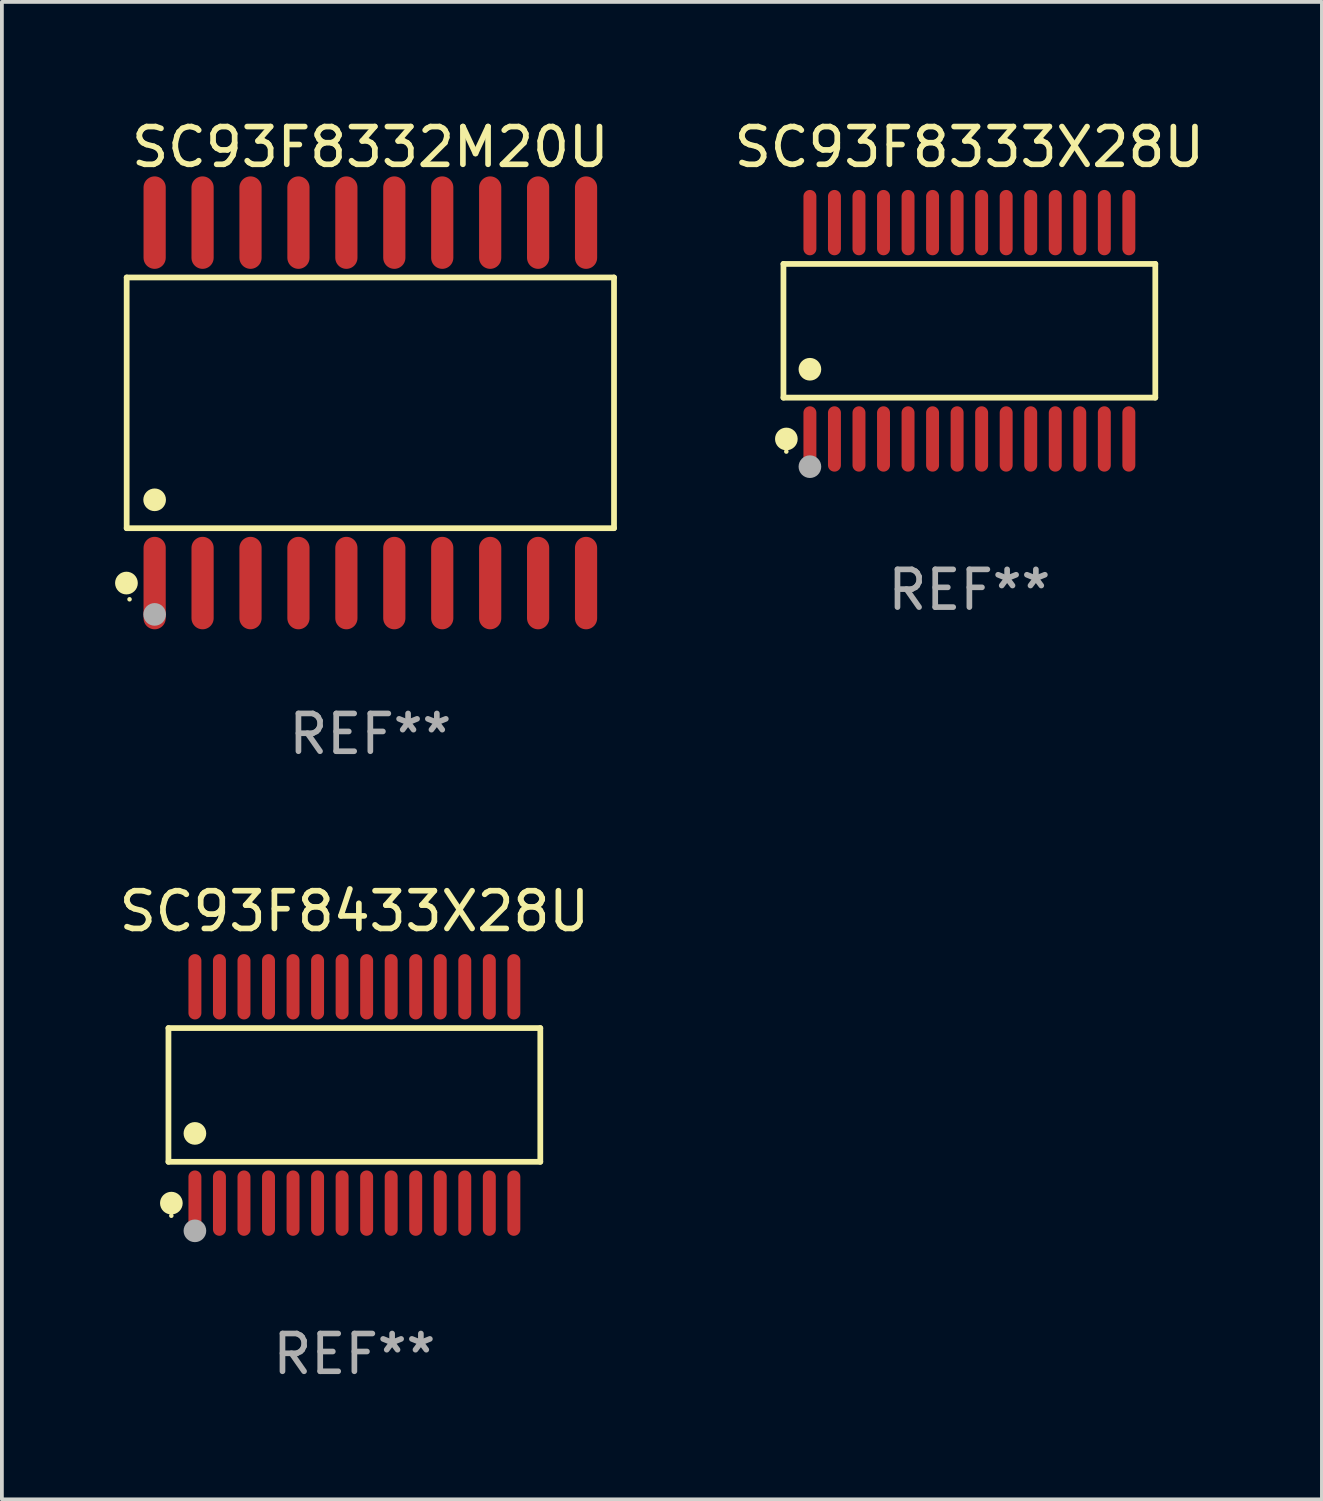
<source format=kicad_pcb>
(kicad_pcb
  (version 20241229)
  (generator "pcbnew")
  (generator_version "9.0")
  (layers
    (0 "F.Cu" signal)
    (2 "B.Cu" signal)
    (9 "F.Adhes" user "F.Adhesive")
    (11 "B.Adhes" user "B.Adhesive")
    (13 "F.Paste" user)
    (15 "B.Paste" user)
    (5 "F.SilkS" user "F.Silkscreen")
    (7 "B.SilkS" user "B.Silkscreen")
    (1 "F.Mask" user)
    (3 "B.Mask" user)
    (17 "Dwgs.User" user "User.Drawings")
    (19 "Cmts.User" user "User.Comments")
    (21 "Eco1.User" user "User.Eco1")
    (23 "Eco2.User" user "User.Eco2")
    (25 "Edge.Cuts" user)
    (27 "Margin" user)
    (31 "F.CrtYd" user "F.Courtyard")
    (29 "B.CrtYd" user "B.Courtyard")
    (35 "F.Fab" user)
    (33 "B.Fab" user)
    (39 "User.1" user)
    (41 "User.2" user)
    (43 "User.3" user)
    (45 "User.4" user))
  (footprint "SC93F8332M20U"
    (layer "F.Cu")
    (at 6.762 7.623)
    (property "Reference" "SC93F8332M20U" (at 0 -6.775 0) (layer "F.SilkS") (effects (font (size 1 1) (thickness 0.15))))
    (attr through_hole)
    (fp_line (start -6.456 -3.321) (end 6.456 -3.321) (stroke (width 0.152) (type solid)) (layer "F.SilkS"))
    (fp_line (start -6.456 3.321) (end -6.456 -3.321) (stroke (width 0.152) (type solid)) (layer "F.SilkS"))
    (fp_line (start 6.456 -3.321) (end 6.456 3.321) (stroke (width 0.152) (type solid)) (layer "F.SilkS"))
    (fp_line (start 6.456 3.321) (end -6.456 3.321) (stroke (width 0.152) (type solid)) (layer "F.SilkS"))
    (fp_circle (center -6.462 4.775) (end -6.311 4.775) (stroke (width 0.3) (type solid)) (fill no) (layer "F.SilkS"))
    (fp_circle (center -6.38 5.205) (end -6.35 5.205) (stroke (width 0.06) (type solid)) (fill no) (layer "F.SilkS"))
    (fp_circle (center -5.715 2.569) (end -5.565 2.569) (stroke (width 0.3) (type solid)) (fill no) (layer "F.SilkS"))
    (fp_circle (center -5.715 5.605) (end -5.565 5.605) (stroke (width 0.3) (type solid)) (fill no) (layer "F.Fab"))
    (fp_text user "REF**" (at 0 8.775 0) (layer "F.Fab") (effects (font (size 1 1) (thickness 0.15))))
    (pad "1" smd oval (at -5.715 4.775) (size 0.588 2.45) (layers "F.Cu" "F.Mask" "F.Paste"))
    (pad "2" smd oval (at -4.445 4.775) (size 0.588 2.45) (layers "F.Cu" "F.Mask" "F.Paste"))
    (pad "3" smd oval (at -3.175 4.775) (size 0.588 2.45) (layers "F.Cu" "F.Mask" "F.Paste"))
    (pad "4" smd oval (at -1.905 4.775) (size 0.588 2.45) (layers "F.Cu" "F.Mask" "F.Paste"))
    (pad "5" smd oval (at -0.635 4.775) (size 0.588 2.45) (layers "F.Cu" "F.Mask" "F.Paste"))
    (pad "6" smd oval (at 0.635 4.775) (size 0.588 2.45) (layers "F.Cu" "F.Mask" "F.Paste"))
    (pad "7" smd oval (at 1.905 4.775) (size 0.588 2.45) (layers "F.Cu" "F.Mask" "F.Paste"))
    (pad "8" smd oval (at 3.175 4.775) (size 0.588 2.45) (layers "F.Cu" "F.Mask" "F.Paste"))
    (pad "9" smd oval (at 4.445 4.775) (size 0.588 2.45) (layers "F.Cu" "F.Mask" "F.Paste"))
    (pad "10" smd oval (at 5.715 4.775) (size 0.588 2.45) (layers "F.Cu" "F.Mask" "F.Paste"))
    (pad "11" smd oval (at 5.715 -4.775) (size 0.588 2.45) (layers "F.Cu" "F.Mask" "F.Paste"))
    (pad "12" smd oval (at 4.445 -4.775) (size 0.588 2.45) (layers "F.Cu" "F.Mask" "F.Paste"))
    (pad "13" smd oval (at 3.175 -4.775) (size 0.588 2.45) (layers "F.Cu" "F.Mask" "F.Paste"))
    (pad "14" smd oval (at 1.905 -4.775) (size 0.588 2.45) (layers "F.Cu" "F.Mask" "F.Paste"))
    (pad "15" smd oval (at 0.635 -4.775) (size 0.588 2.45) (layers "F.Cu" "F.Mask" "F.Paste"))
    (pad "16" smd oval (at -0.635 -4.775) (size 0.588 2.45) (layers "F.Cu" "F.Mask" "F.Paste"))
    (pad "17" smd oval (at -1.905 -4.775) (size 0.588 2.45) (layers "F.Cu" "F.Mask" "F.Paste"))
    (pad "18" smd oval (at -3.175 -4.775) (size 0.588 2.45) (layers "F.Cu" "F.Mask" "F.Paste"))
    (pad "19" smd oval (at -4.445 -4.775) (size 0.588 2.45) (layers "F.Cu" "F.Mask" "F.Paste"))
    (pad "20" smd oval (at -5.715 -4.775) (size 0.588 2.45) (layers "F.Cu" "F.Mask" "F.Paste")))
  (footprint "SC93F8333X28U"
    (layer "F.Cu")
    (at 22.633 5.714)
    (property "Reference" "SC93F8333X28U" (at 0 -4.866 0) (layer "F.SilkS") (effects (font (size 1 1) (thickness 0.15))))
    (attr through_hole)
    (fp_line (start -4.926 -1.772) (end 4.926 -1.772) (stroke (width 0.152) (type solid)) (layer "F.SilkS"))
    (fp_line (start -4.926 1.771) (end -4.926 -1.772) (stroke (width 0.152) (type solid)) (layer "F.SilkS"))
    (fp_line (start 4.926 -1.772) (end 4.926 1.771) (stroke (width 0.152) (type solid)) (layer "F.SilkS"))
    (fp_line (start 4.926 1.771) (end -4.926 1.771) (stroke (width 0.152) (type solid)) (layer "F.SilkS"))
    (fp_circle (center -4.85 3.2) (end -4.82 3.2) (stroke (width 0.06) (type solid)) (fill no) (layer "F.SilkS"))
    (fp_circle (center -4.849 2.866) (end -4.699 2.866) (stroke (width 0.3) (type solid)) (fill no) (layer "F.SilkS"))
    (fp_circle (center -4.225 1.019) (end -4.075 1.019) (stroke (width 0.3) (type solid)) (fill no) (layer "F.SilkS"))
    (fp_circle (center -4.225 3.6) (end -4.075 3.6) (stroke (width 0.3) (type solid)) (fill no) (layer "F.Fab"))
    (fp_text user "REF**" (at 0 6.866 0) (layer "F.Fab") (effects (font (size 1 1) (thickness 0.15))))
    (pad "1" smd oval (at -4.225 2.866) (size 0.343 1.731) (layers "F.Cu" "F.Mask" "F.Paste"))
    (pad "2" smd oval (at -3.575 2.866) (size 0.343 1.731) (layers "F.Cu" "F.Mask" "F.Paste"))
    (pad "3" smd oval (at -2.925 2.866) (size 0.343 1.731) (layers "F.Cu" "F.Mask" "F.Paste"))
    (pad "4" smd oval (at -2.275 2.866) (size 0.343 1.731) (layers "F.Cu" "F.Mask" "F.Paste"))
    (pad "5" smd oval (at -1.625 2.866) (size 0.343 1.731) (layers "F.Cu" "F.Mask" "F.Paste"))
    (pad "6" smd oval (at -0.975 2.866) (size 0.343 1.731) (layers "F.Cu" "F.Mask" "F.Paste"))
    (pad "7" smd oval (at -0.325 2.866) (size 0.343 1.731) (layers "F.Cu" "F.Mask" "F.Paste"))
    (pad "8" smd oval (at 0.325 2.866) (size 0.343 1.731) (layers "F.Cu" "F.Mask" "F.Paste"))
    (pad "9" smd oval (at 0.975 2.866) (size 0.343 1.731) (layers "F.Cu" "F.Mask" "F.Paste"))
    (pad "10" smd oval (at 1.625 2.866) (size 0.343 1.731) (layers "F.Cu" "F.Mask" "F.Paste"))
    (pad "11" smd oval (at 2.275 2.866) (size 0.343 1.731) (layers "F.Cu" "F.Mask" "F.Paste"))
    (pad "12" smd oval (at 2.925 2.866) (size 0.343 1.731) (layers "F.Cu" "F.Mask" "F.Paste"))
    (pad "13" smd oval (at 3.575 2.866) (size 0.343 1.731) (layers "F.Cu" "F.Mask" "F.Paste"))
    (pad "14" smd oval (at 4.225 2.866) (size 0.343 1.731) (layers "F.Cu" "F.Mask" "F.Paste"))
    (pad "15" smd oval (at 4.225 -2.866) (size 0.343 1.731) (layers "F.Cu" "F.Mask" "F.Paste"))
    (pad "16" smd oval (at 3.575 -2.866) (size 0.343 1.731) (layers "F.Cu" "F.Mask" "F.Paste"))
    (pad "17" smd oval (at 2.925 -2.866) (size 0.343 1.731) (layers "F.Cu" "F.Mask" "F.Paste"))
    (pad "18" smd oval (at 2.275 -2.866) (size 0.343 1.731) (layers "F.Cu" "F.Mask" "F.Paste"))
    (pad "19" smd oval (at 1.625 -2.866) (size 0.343 1.731) (layers "F.Cu" "F.Mask" "F.Paste"))
    (pad "20" smd oval (at 0.975 -2.866) (size 0.343 1.731) (layers "F.Cu" "F.Mask" "F.Paste"))
    (pad "21" smd oval (at 0.325 -2.866) (size 0.343 1.731) (layers "F.Cu" "F.Mask" "F.Paste"))
    (pad "22" smd oval (at -0.325 -2.866) (size 0.343 1.731) (layers "F.Cu" "F.Mask" "F.Paste"))
    (pad "23" smd oval (at -0.975 -2.866) (size 0.343 1.731) (layers "F.Cu" "F.Mask" "F.Paste"))
    (pad "24" smd oval (at -1.625 -2.866) (size 0.343 1.731) (layers "F.Cu" "F.Mask" "F.Paste"))
    (pad "25" smd oval (at -2.275 -2.866) (size 0.343 1.731) (layers "F.Cu" "F.Mask" "F.Paste"))
    (pad "26" smd oval (at -2.925 -2.866) (size 0.343 1.731) (layers "F.Cu" "F.Mask" "F.Paste"))
    (pad "27" smd oval (at -3.575 -2.866) (size 0.343 1.731) (layers "F.Cu" "F.Mask" "F.Paste"))
    (pad "28" smd oval (at -4.225 -2.866) (size 0.343 1.731) (layers "F.Cu" "F.Mask" "F.Paste")))
  (footprint "SC93F8433X28U"
    (layer "F.Cu")
    (at 6.339 25.96)
    (property "Reference" "SC93F8433X28U" (at 0 -4.866 0) (layer "F.SilkS") (effects (font (size 1 1) (thickness 0.15))))
    (attr through_hole)
    (fp_line (start -4.926 -1.772) (end 4.926 -1.772) (stroke (width 0.152) (type solid)) (layer "F.SilkS"))
    (fp_line (start -4.926 1.771) (end -4.926 -1.772) (stroke (width 0.152) (type solid)) (layer "F.SilkS"))
    (fp_line (start 4.926 -1.772) (end 4.926 1.771) (stroke (width 0.152) (type solid)) (layer "F.SilkS"))
    (fp_line (start 4.926 1.771) (end -4.926 1.771) (stroke (width 0.152) (type solid)) (layer "F.SilkS"))
    (fp_circle (center -4.85 3.2) (end -4.82 3.2) (stroke (width 0.06) (type solid)) (fill no) (layer "F.SilkS"))
    (fp_circle (center -4.849 2.866) (end -4.699 2.866) (stroke (width 0.3) (type solid)) (fill no) (layer "F.SilkS"))
    (fp_circle (center -4.225 1.019) (end -4.075 1.019) (stroke (width 0.3) (type solid)) (fill no) (layer "F.SilkS"))
    (fp_circle (center -4.225 3.6) (end -4.075 3.6) (stroke (width 0.3) (type solid)) (fill no) (layer "F.Fab"))
    (fp_text user "REF**" (at 0 6.866 0) (layer "F.Fab") (effects (font (size 1 1) (thickness 0.15))))
    (pad "1" smd oval (at -4.225 2.866) (size 0.343 1.731) (layers "F.Cu" "F.Mask" "F.Paste"))
    (pad "2" smd oval (at -3.575 2.866) (size 0.343 1.731) (layers "F.Cu" "F.Mask" "F.Paste"))
    (pad "3" smd oval (at -2.925 2.866) (size 0.343 1.731) (layers "F.Cu" "F.Mask" "F.Paste"))
    (pad "4" smd oval (at -2.275 2.866) (size 0.343 1.731) (layers "F.Cu" "F.Mask" "F.Paste"))
    (pad "5" smd oval (at -1.625 2.866) (size 0.343 1.731) (layers "F.Cu" "F.Mask" "F.Paste"))
    (pad "6" smd oval (at -0.975 2.866) (size 0.343 1.731) (layers "F.Cu" "F.Mask" "F.Paste"))
    (pad "7" smd oval (at -0.325 2.866) (size 0.343 1.731) (layers "F.Cu" "F.Mask" "F.Paste"))
    (pad "8" smd oval (at 0.325 2.866) (size 0.343 1.731) (layers "F.Cu" "F.Mask" "F.Paste"))
    (pad "9" smd oval (at 0.975 2.866) (size 0.343 1.731) (layers "F.Cu" "F.Mask" "F.Paste"))
    (pad "10" smd oval (at 1.625 2.866) (size 0.343 1.731) (layers "F.Cu" "F.Mask" "F.Paste"))
    (pad "11" smd oval (at 2.275 2.866) (size 0.343 1.731) (layers "F.Cu" "F.Mask" "F.Paste"))
    (pad "12" smd oval (at 2.925 2.866) (size 0.343 1.731) (layers "F.Cu" "F.Mask" "F.Paste"))
    (pad "13" smd oval (at 3.575 2.866) (size 0.343 1.731) (layers "F.Cu" "F.Mask" "F.Paste"))
    (pad "14" smd oval (at 4.225 2.866) (size 0.343 1.731) (layers "F.Cu" "F.Mask" "F.Paste"))
    (pad "15" smd oval (at 4.225 -2.866) (size 0.343 1.731) (layers "F.Cu" "F.Mask" "F.Paste"))
    (pad "16" smd oval (at 3.575 -2.866) (size 0.343 1.731) (layers "F.Cu" "F.Mask" "F.Paste"))
    (pad "17" smd oval (at 2.925 -2.866) (size 0.343 1.731) (layers "F.Cu" "F.Mask" "F.Paste"))
    (pad "18" smd oval (at 2.275 -2.866) (size 0.343 1.731) (layers "F.Cu" "F.Mask" "F.Paste"))
    (pad "19" smd oval (at 1.625 -2.866) (size 0.343 1.731) (layers "F.Cu" "F.Mask" "F.Paste"))
    (pad "20" smd oval (at 0.975 -2.866) (size 0.343 1.731) (layers "F.Cu" "F.Mask" "F.Paste"))
    (pad "21" smd oval (at 0.325 -2.866) (size 0.343 1.731) (layers "F.Cu" "F.Mask" "F.Paste"))
    (pad "22" smd oval (at -0.325 -2.866) (size 0.343 1.731) (layers "F.Cu" "F.Mask" "F.Paste"))
    (pad "23" smd oval (at -0.975 -2.866) (size 0.343 1.731) (layers "F.Cu" "F.Mask" "F.Paste"))
    (pad "24" smd oval (at -1.625 -2.866) (size 0.343 1.731) (layers "F.Cu" "F.Mask" "F.Paste"))
    (pad "25" smd oval (at -2.275 -2.866) (size 0.343 1.731) (layers "F.Cu" "F.Mask" "F.Paste"))
    (pad "26" smd oval (at -2.925 -2.866) (size 0.343 1.731) (layers "F.Cu" "F.Mask" "F.Paste"))
    (pad "27" smd oval (at -3.575 -2.866) (size 0.343 1.731) (layers "F.Cu" "F.Mask" "F.Paste"))
    (pad "28" smd oval (at -4.225 -2.866) (size 0.343 1.731) (layers "F.Cu" "F.Mask" "F.Paste")))
  (gr_rect
    (start -3 -3)
    (end 31.973 36.674)
    (stroke (width 0.1) (type default))
    (fill no)
    (layer "Edge.Cuts")))
</source>
